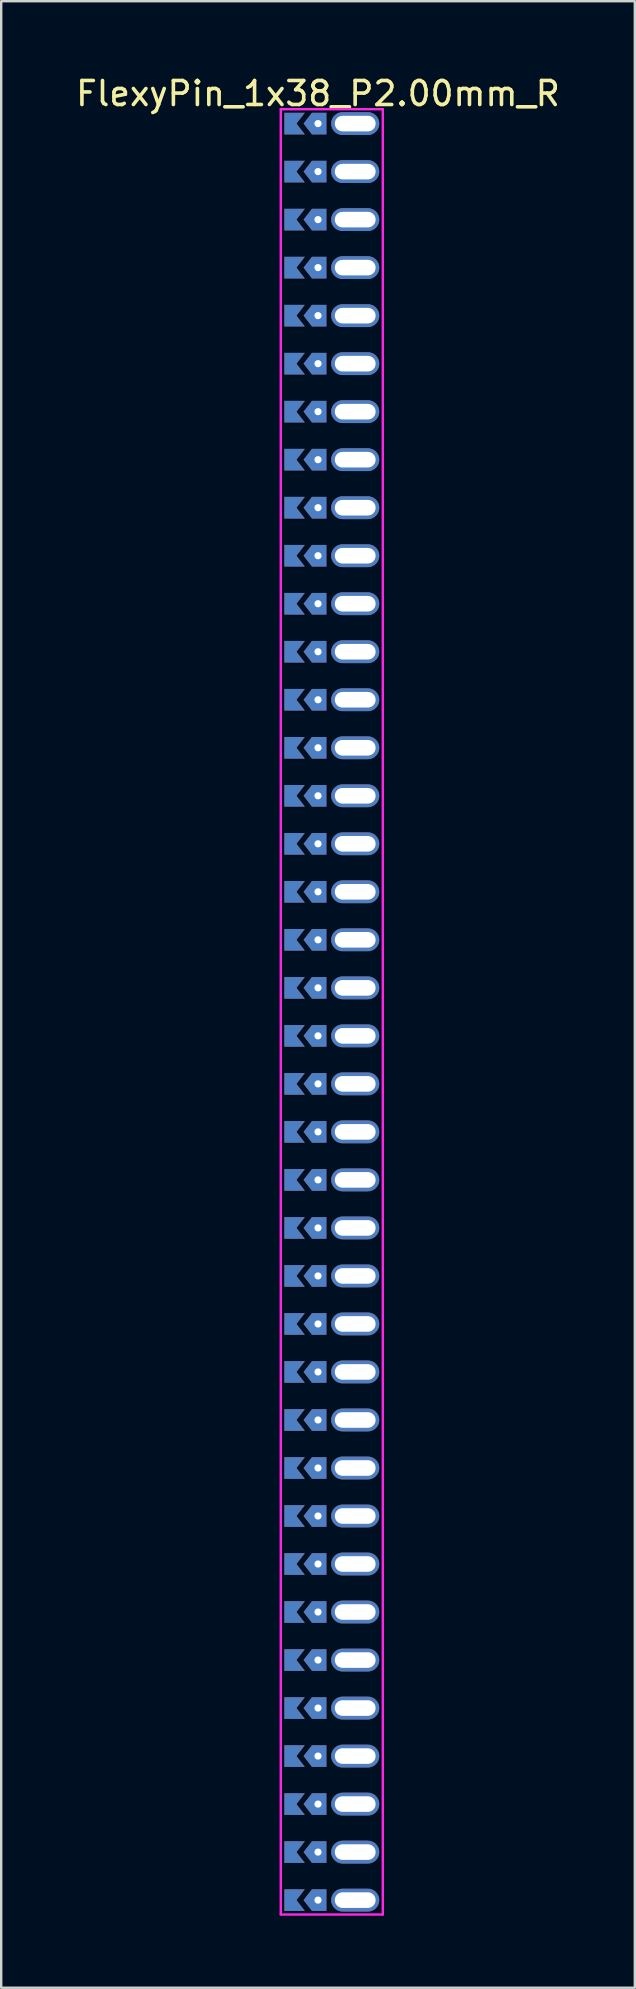
<source format=kicad_pcb>
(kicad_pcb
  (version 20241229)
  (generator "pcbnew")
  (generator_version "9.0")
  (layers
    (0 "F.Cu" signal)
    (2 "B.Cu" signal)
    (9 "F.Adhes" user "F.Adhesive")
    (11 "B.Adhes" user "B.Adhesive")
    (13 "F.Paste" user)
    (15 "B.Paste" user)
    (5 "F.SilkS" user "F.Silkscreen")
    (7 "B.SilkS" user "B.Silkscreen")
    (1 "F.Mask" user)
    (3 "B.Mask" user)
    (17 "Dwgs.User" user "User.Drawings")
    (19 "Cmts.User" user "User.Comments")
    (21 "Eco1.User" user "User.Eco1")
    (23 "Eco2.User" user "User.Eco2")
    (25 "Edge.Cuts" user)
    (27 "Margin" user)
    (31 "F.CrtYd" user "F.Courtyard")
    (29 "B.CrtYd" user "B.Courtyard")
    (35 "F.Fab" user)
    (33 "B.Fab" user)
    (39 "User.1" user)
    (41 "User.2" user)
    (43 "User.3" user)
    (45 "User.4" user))
  (footprint "FlexyPin_1x38_P2.00mm_R"
    (layer "F.Cu")
    (at 10.196 2.098)
    (property "Reference" "FlexyPin_1x38_P2.00mm_R" (at 0 -1.25 0) (layer "F.SilkS") (effects (font (size 1 1) (thickness 0.15))))
    (attr through_hole)
    (fp_line (start -1.55 -0.6) (end 2.7 -0.6) (stroke (width 0.1) (type solid)) (layer "F.CrtYd"))
    (fp_line (start -1.55 74.6) (end -1.55 -0.6) (stroke (width 0.1) (type solid)) (layer "F.CrtYd"))
    (fp_line (start 2.7 -0.6) (end 2.7 74.6) (stroke (width 0.1) (type solid)) (layer "F.CrtYd"))
    (fp_line (start 2.7 74.6) (end -1.55 74.6) (stroke (width 0.1) (type solid)) (layer "F.CrtYd"))
    (pad "" thru_hole custom (at 0 0) (size 0.3 0.3) (drill 0.6) (layers "*.Cu" "*.Mask") (options (anchor rect)) (primitives (gr_poly (pts (xy 0.35 0.45) (xy 0.35 -0.45) (xy -0.25 -0.45) (xy -0.6 0) (xy -0.25 0.45)) (width 0) (fill yes))))
    (pad "" thru_hole custom (at 0 2) (size 0.3 0.3) (drill 0.6) (layers "*.Cu" "*.Mask") (options (anchor rect)) (primitives (gr_poly (pts (xy 0.35 0.45) (xy 0.35 -0.45) (xy -0.25 -0.45) (xy -0.6 0) (xy -0.25 0.45)) (width 0) (fill yes))))
    (pad "" thru_hole custom (at 0 4) (size 0.3 0.3) (drill 0.6) (layers "*.Cu" "*.Mask") (options (anchor rect)) (primitives (gr_poly (pts (xy 0.35 0.45) (xy 0.35 -0.45) (xy -0.25 -0.45) (xy -0.6 0) (xy -0.25 0.45)) (width 0) (fill yes))))
    (pad "" thru_hole custom (at 0 6) (size 0.3 0.3) (drill 0.6) (layers "*.Cu" "*.Mask") (options (anchor rect)) (primitives (gr_poly (pts (xy 0.35 0.45) (xy 0.35 -0.45) (xy -0.25 -0.45) (xy -0.6 0) (xy -0.25 0.45)) (width 0) (fill yes))))
    (pad "" thru_hole custom (at 0 8) (size 0.3 0.3) (drill 0.6) (layers "*.Cu" "*.Mask") (options (anchor rect)) (primitives (gr_poly (pts (xy 0.35 0.45) (xy 0.35 -0.45) (xy -0.25 -0.45) (xy -0.6 0) (xy -0.25 0.45)) (width 0) (fill yes))))
    (pad "" thru_hole custom (at 0 10) (size 0.3 0.3) (drill 0.6) (layers "*.Cu" "*.Mask") (options (anchor rect)) (primitives (gr_poly (pts (xy 0.35 0.45) (xy 0.35 -0.45) (xy -0.25 -0.45) (xy -0.6 0) (xy -0.25 0.45)) (width 0) (fill yes))))
    (pad "" thru_hole custom (at 0 12) (size 0.3 0.3) (drill 0.6) (layers "*.Cu" "*.Mask") (options (anchor rect)) (primitives (gr_poly (pts (xy 0.35 0.45) (xy 0.35 -0.45) (xy -0.25 -0.45) (xy -0.6 0) (xy -0.25 0.45)) (width 0) (fill yes))))
    (pad "" thru_hole custom (at 0 14) (size 0.3 0.3) (drill 0.6) (layers "*.Cu" "*.Mask") (options (anchor rect)) (primitives (gr_poly (pts (xy 0.35 0.45) (xy 0.35 -0.45) (xy -0.25 -0.45) (xy -0.6 0) (xy -0.25 0.45)) (width 0) (fill yes))))
    (pad "" thru_hole custom (at 0 16) (size 0.3 0.3) (drill 0.6) (layers "*.Cu" "*.Mask") (options (anchor rect)) (primitives (gr_poly (pts (xy 0.35 0.45) (xy 0.35 -0.45) (xy -0.25 -0.45) (xy -0.6 0) (xy -0.25 0.45)) (width 0) (fill yes))))
    (pad "" thru_hole custom (at 0 18) (size 0.3 0.3) (drill 0.6) (layers "*.Cu" "*.Mask") (options (anchor rect)) (primitives (gr_poly (pts (xy 0.35 0.45) (xy 0.35 -0.45) (xy -0.25 -0.45) (xy -0.6 0) (xy -0.25 0.45)) (width 0) (fill yes))))
    (pad "" thru_hole custom (at 0 20) (size 0.3 0.3) (drill 0.6) (layers "*.Cu" "*.Mask") (options (anchor rect)) (primitives (gr_poly (pts (xy 0.35 0.45) (xy 0.35 -0.45) (xy -0.25 -0.45) (xy -0.6 0) (xy -0.25 0.45)) (width 0) (fill yes))))
    (pad "" thru_hole custom (at 0 22) (size 0.3 0.3) (drill 0.6) (layers "*.Cu" "*.Mask") (options (anchor rect)) (primitives (gr_poly (pts (xy 0.35 0.45) (xy 0.35 -0.45) (xy -0.25 -0.45) (xy -0.6 0) (xy -0.25 0.45)) (width 0) (fill yes))))
    (pad "" thru_hole custom (at 0 24) (size 0.3 0.3) (drill 0.6) (layers "*.Cu" "*.Mask") (options (anchor rect)) (primitives (gr_poly (pts (xy 0.35 0.45) (xy 0.35 -0.45) (xy -0.25 -0.45) (xy -0.6 0) (xy -0.25 0.45)) (width 0) (fill yes))))
    (pad "" thru_hole custom (at 0 26) (size 0.3 0.3) (drill 0.6) (layers "*.Cu" "*.Mask") (options (anchor rect)) (primitives (gr_poly (pts (xy 0.35 0.45) (xy 0.35 -0.45) (xy -0.25 -0.45) (xy -0.6 0) (xy -0.25 0.45)) (width 0) (fill yes))))
    (pad "" thru_hole custom (at 0 28) (size 0.3 0.3) (drill 0.6) (layers "*.Cu" "*.Mask") (options (anchor rect)) (primitives (gr_poly (pts (xy 0.35 0.45) (xy 0.35 -0.45) (xy -0.25 -0.45) (xy -0.6 0) (xy -0.25 0.45)) (width 0) (fill yes))))
    (pad "" thru_hole custom (at 0 30) (size 0.3 0.3) (drill 0.6) (layers "*.Cu" "*.Mask") (options (anchor rect)) (primitives (gr_poly (pts (xy 0.35 0.45) (xy 0.35 -0.45) (xy -0.25 -0.45) (xy -0.6 0) (xy -0.25 0.45)) (width 0) (fill yes))))
    (pad "" thru_hole custom (at 0 32) (size 0.3 0.3) (drill 0.6) (layers "*.Cu" "*.Mask") (options (anchor rect)) (primitives (gr_poly (pts (xy 0.35 0.45) (xy 0.35 -0.45) (xy -0.25 -0.45) (xy -0.6 0) (xy -0.25 0.45)) (width 0) (fill yes))))
    (pad "" thru_hole custom (at 0 34) (size 0.3 0.3) (drill 0.6) (layers "*.Cu" "*.Mask") (options (anchor rect)) (primitives (gr_poly (pts (xy 0.35 0.45) (xy 0.35 -0.45) (xy -0.25 -0.45) (xy -0.6 0) (xy -0.25 0.45)) (width 0) (fill yes))))
    (pad "" thru_hole custom (at 0 36) (size 0.3 0.3) (drill 0.6) (layers "*.Cu" "*.Mask") (options (anchor rect)) (primitives (gr_poly (pts (xy 0.35 0.45) (xy 0.35 -0.45) (xy -0.25 -0.45) (xy -0.6 0) (xy -0.25 0.45)) (width 0) (fill yes))))
    (pad "" thru_hole custom (at 0 38) (size 0.3 0.3) (drill 0.6) (layers "*.Cu" "*.Mask") (options (anchor rect)) (primitives (gr_poly (pts (xy 0.35 0.45) (xy 0.35 -0.45) (xy -0.25 -0.45) (xy -0.6 0) (xy -0.25 0.45)) (width 0) (fill yes))))
    (pad "" thru_hole custom (at 0 40) (size 0.3 0.3) (drill 0.6) (layers "*.Cu" "*.Mask") (options (anchor rect)) (primitives (gr_poly (pts (xy 0.35 0.45) (xy 0.35 -0.45) (xy -0.25 -0.45) (xy -0.6 0) (xy -0.25 0.45)) (width 0) (fill yes))))
    (pad "" thru_hole custom (at 0 42) (size 0.3 0.3) (drill 0.6) (layers "*.Cu" "*.Mask") (options (anchor rect)) (primitives (gr_poly (pts (xy 0.35 0.45) (xy 0.35 -0.45) (xy -0.25 -0.45) (xy -0.6 0) (xy -0.25 0.45)) (width 0) (fill yes))))
    (pad "" thru_hole custom (at 0 44) (size 0.3 0.3) (drill 0.6) (layers "*.Cu" "*.Mask") (options (anchor rect)) (primitives (gr_poly (pts (xy 0.35 0.45) (xy 0.35 -0.45) (xy -0.25 -0.45) (xy -0.6 0) (xy -0.25 0.45)) (width 0) (fill yes))))
    (pad "" thru_hole custom (at 0 46) (size 0.3 0.3) (drill 0.6) (layers "*.Cu" "*.Mask") (options (anchor rect)) (primitives (gr_poly (pts (xy 0.35 0.45) (xy 0.35 -0.45) (xy -0.25 -0.45) (xy -0.6 0) (xy -0.25 0.45)) (width 0) (fill yes))))
    (pad "" thru_hole custom (at 0 48) (size 0.3 0.3) (drill 0.6) (layers "*.Cu" "*.Mask") (options (anchor rect)) (primitives (gr_poly (pts (xy 0.35 0.45) (xy 0.35 -0.45) (xy -0.25 -0.45) (xy -0.6 0) (xy -0.25 0.45)) (width 0) (fill yes))))
    (pad "" thru_hole custom (at 0 50) (size 0.3 0.3) (drill 0.6) (layers "*.Cu" "*.Mask") (options (anchor rect)) (primitives (gr_poly (pts (xy 0.35 0.45) (xy 0.35 -0.45) (xy -0.25 -0.45) (xy -0.6 0) (xy -0.25 0.45)) (width 0) (fill yes))))
    (pad "" thru_hole custom (at 0 52) (size 0.3 0.3) (drill 0.6) (layers "*.Cu" "*.Mask") (options (anchor rect)) (primitives (gr_poly (pts (xy 0.35 0.45) (xy 0.35 -0.45) (xy -0.25 -0.45) (xy -0.6 0) (xy -0.25 0.45)) (width 0) (fill yes))))
    (pad "" thru_hole custom (at 0 54) (size 0.3 0.3) (drill 0.6) (layers "*.Cu" "*.Mask") (options (anchor rect)) (primitives (gr_poly (pts (xy 0.35 0.45) (xy 0.35 -0.45) (xy -0.25 -0.45) (xy -0.6 0) (xy -0.25 0.45)) (width 0) (fill yes))))
    (pad "" thru_hole custom (at 0 56) (size 0.3 0.3) (drill 0.6) (layers "*.Cu" "*.Mask") (options (anchor rect)) (primitives (gr_poly (pts (xy 0.35 0.45) (xy 0.35 -0.45) (xy -0.25 -0.45) (xy -0.6 0) (xy -0.25 0.45)) (width 0) (fill yes))))
    (pad "" thru_hole custom (at 0 58) (size 0.3 0.3) (drill 0.6) (layers "*.Cu" "*.Mask") (options (anchor rect)) (primitives (gr_poly (pts (xy 0.35 0.45) (xy 0.35 -0.45) (xy -0.25 -0.45) (xy -0.6 0) (xy -0.25 0.45)) (width 0) (fill yes))))
    (pad "" thru_hole custom (at 0 60) (size 0.3 0.3) (drill 0.6) (layers "*.Cu" "*.Mask") (options (anchor rect)) (primitives (gr_poly (pts (xy 0.35 0.45) (xy 0.35 -0.45) (xy -0.25 -0.45) (xy -0.6 0) (xy -0.25 0.45)) (width 0) (fill yes))))
    (pad "" thru_hole custom (at 0 62) (size 0.3 0.3) (drill 0.6) (layers "*.Cu" "*.Mask") (options (anchor rect)) (primitives (gr_poly (pts (xy 0.35 0.45) (xy 0.35 -0.45) (xy -0.25 -0.45) (xy -0.6 0) (xy -0.25 0.45)) (width 0) (fill yes))))
    (pad "" thru_hole custom (at 0 64) (size 0.3 0.3) (drill 0.6) (layers "*.Cu" "*.Mask") (options (anchor rect)) (primitives (gr_poly (pts (xy 0.35 0.45) (xy 0.35 -0.45) (xy -0.25 -0.45) (xy -0.6 0) (xy -0.25 0.45)) (width 0) (fill yes))))
    (pad "" thru_hole custom (at 0 66) (size 0.3 0.3) (drill 0.6) (layers "*.Cu" "*.Mask") (options (anchor rect)) (primitives (gr_poly (pts (xy 0.35 0.45) (xy 0.35 -0.45) (xy -0.25 -0.45) (xy -0.6 0) (xy -0.25 0.45)) (width 0) (fill yes))))
    (pad "" thru_hole custom (at 0 68) (size 0.3 0.3) (drill 0.6) (layers "*.Cu" "*.Mask") (options (anchor rect)) (primitives (gr_poly (pts (xy 0.35 0.45) (xy 0.35 -0.45) (xy -0.25 -0.45) (xy -0.6 0) (xy -0.25 0.45)) (width 0) (fill yes))))
    (pad "" thru_hole custom (at 0 70) (size 0.3 0.3) (drill 0.6) (layers "*.Cu" "*.Mask") (options (anchor rect)) (primitives (gr_poly (pts (xy 0.35 0.45) (xy 0.35 -0.45) (xy -0.25 -0.45) (xy -0.6 0) (xy -0.25 0.45)) (width 0) (fill yes))))
    (pad "" thru_hole custom (at 0 72) (size 0.3 0.3) (drill 0.6) (layers "*.Cu" "*.Mask") (options (anchor rect)) (primitives (gr_poly (pts (xy 0.35 0.45) (xy 0.35 -0.45) (xy -0.25 -0.45) (xy -0.6 0) (xy -0.25 0.45)) (width 0) (fill yes))))
    (pad "" thru_hole custom (at 0 74) (size 0.3 0.3) (drill 0.6) (layers "*.Cu" "*.Mask") (options (anchor rect)) (primitives (gr_poly (pts (xy 0.35 0.45) (xy 0.35 -0.45) (xy -0.25 -0.45) (xy -0.6 0) (xy -0.25 0.45)) (width 0) (fill yes))))
    (pad "" thru_hole oval (at 1.55 0) (size 2 0.95) (drill oval 1.7 0.65) (layers "*.Cu" "*.Mask"))
    (pad "" thru_hole oval (at 1.55 2) (size 2 0.95) (drill oval 1.7 0.65) (layers "*.Cu" "*.Mask"))
    (pad "" thru_hole oval (at 1.55 4) (size 2 0.95) (drill oval 1.7 0.65) (layers "*.Cu" "*.Mask"))
    (pad "" thru_hole oval (at 1.55 6) (size 2 0.95) (drill oval 1.7 0.65) (layers "*.Cu" "*.Mask"))
    (pad "" thru_hole oval (at 1.55 8) (size 2 0.95) (drill oval 1.7 0.65) (layers "*.Cu" "*.Mask"))
    (pad "" thru_hole oval (at 1.55 10) (size 2 0.95) (drill oval 1.7 0.65) (layers "*.Cu" "*.Mask"))
    (pad "" thru_hole oval (at 1.55 12) (size 2 0.95) (drill oval 1.7 0.65) (layers "*.Cu" "*.Mask"))
    (pad "" thru_hole oval (at 1.55 14) (size 2 0.95) (drill oval 1.7 0.65) (layers "*.Cu" "*.Mask"))
    (pad "" thru_hole oval (at 1.55 16) (size 2 0.95) (drill oval 1.7 0.65) (layers "*.Cu" "*.Mask"))
    (pad "" thru_hole oval (at 1.55 18) (size 2 0.95) (drill oval 1.7 0.65) (layers "*.Cu" "*.Mask"))
    (pad "" thru_hole oval (at 1.55 20) (size 2 0.95) (drill oval 1.7 0.65) (layers "*.Cu" "*.Mask"))
    (pad "" thru_hole oval (at 1.55 22) (size 2 0.95) (drill oval 1.7 0.65) (layers "*.Cu" "*.Mask"))
    (pad "" thru_hole oval (at 1.55 24) (size 2 0.95) (drill oval 1.7 0.65) (layers "*.Cu" "*.Mask"))
    (pad "" thru_hole oval (at 1.55 26) (size 2 0.95) (drill oval 1.7 0.65) (layers "*.Cu" "*.Mask"))
    (pad "" thru_hole oval (at 1.55 28) (size 2 0.95) (drill oval 1.7 0.65) (layers "*.Cu" "*.Mask"))
    (pad "" thru_hole oval (at 1.55 30) (size 2 0.95) (drill oval 1.7 0.65) (layers "*.Cu" "*.Mask"))
    (pad "" thru_hole oval (at 1.55 32) (size 2 0.95) (drill oval 1.7 0.65) (layers "*.Cu" "*.Mask"))
    (pad "" thru_hole oval (at 1.55 34) (size 2 0.95) (drill oval 1.7 0.65) (layers "*.Cu" "*.Mask"))
    (pad "" thru_hole oval (at 1.55 36) (size 2 0.95) (drill oval 1.7 0.65) (layers "*.Cu" "*.Mask"))
    (pad "" thru_hole oval (at 1.55 38) (size 2 0.95) (drill oval 1.7 0.65) (layers "*.Cu" "*.Mask"))
    (pad "" thru_hole oval (at 1.55 40) (size 2 0.95) (drill oval 1.7 0.65) (layers "*.Cu" "*.Mask"))
    (pad "" thru_hole oval (at 1.55 42) (size 2 0.95) (drill oval 1.7 0.65) (layers "*.Cu" "*.Mask"))
    (pad "" thru_hole oval (at 1.55 44) (size 2 0.95) (drill oval 1.7 0.65) (layers "*.Cu" "*.Mask"))
    (pad "" thru_hole oval (at 1.55 46) (size 2 0.95) (drill oval 1.7 0.65) (layers "*.Cu" "*.Mask"))
    (pad "" thru_hole oval (at 1.55 48) (size 2 0.95) (drill oval 1.7 0.65) (layers "*.Cu" "*.Mask"))
    (pad "" thru_hole oval (at 1.55 50) (size 2 0.95) (drill oval 1.7 0.65) (layers "*.Cu" "*.Mask"))
    (pad "" thru_hole oval (at 1.55 52) (size 2 0.95) (drill oval 1.7 0.65) (layers "*.Cu" "*.Mask"))
    (pad "" thru_hole oval (at 1.55 54) (size 2 0.95) (drill oval 1.7 0.65) (layers "*.Cu" "*.Mask"))
    (pad "" thru_hole oval (at 1.55 56) (size 2 0.95) (drill oval 1.7 0.65) (layers "*.Cu" "*.Mask"))
    (pad "" thru_hole oval (at 1.55 58) (size 2 0.95) (drill oval 1.7 0.65) (layers "*.Cu" "*.Mask"))
    (pad "" thru_hole oval (at 1.55 60) (size 2 0.95) (drill oval 1.7 0.65) (layers "*.Cu" "*.Mask"))
    (pad "" thru_hole oval (at 1.55 62) (size 2 0.95) (drill oval 1.7 0.65) (layers "*.Cu" "*.Mask"))
    (pad "" thru_hole oval (at 1.55 64) (size 2 0.95) (drill oval 1.7 0.65) (layers "*.Cu" "*.Mask"))
    (pad "" thru_hole oval (at 1.55 66) (size 2 0.95) (drill oval 1.7 0.65) (layers "*.Cu" "*.Mask"))
    (pad "" thru_hole oval (at 1.55 68) (size 2 0.95) (drill oval 1.7 0.65) (layers "*.Cu" "*.Mask"))
    (pad "" thru_hole oval (at 1.55 70) (size 2 0.95) (drill oval 1.7 0.65) (layers "*.Cu" "*.Mask"))
    (pad "" thru_hole oval (at 1.55 72) (size 2 0.95) (drill oval 1.7 0.65) (layers "*.Cu" "*.Mask"))
    (pad "" thru_hole oval (at 1.55 74) (size 2 0.95) (drill oval 1.7 0.65) (layers "*.Cu" "*.Mask"))
    (pad "1" smd custom (at -0.9 0) (size 0.01 0.01) (layers "F.Cu" "F.Mask") (options (anchor rect)) (primitives (gr_poly (pts (xy 0 0) (xy 0.35 0.45) (xy -0.5 0.45) (xy -0.5 -0.45) (xy 0.35 -0.45)) (width 0) (fill yes))))
    (pad "2" smd custom (at -0.9 2) (size 0.01 0.01) (layers "F.Cu" "F.Mask") (options (anchor rect)) (primitives (gr_poly (pts (xy 0 0) (xy 0.35 0.45) (xy -0.5 0.45) (xy -0.5 -0.45) (xy 0.35 -0.45)) (width 0) (fill yes))))
    (pad "3" smd custom (at -0.9 4) (size 0.01 0.01) (layers "F.Cu" "F.Mask") (options (anchor rect)) (primitives (gr_poly (pts (xy 0 0) (xy 0.35 0.45) (xy -0.5 0.45) (xy -0.5 -0.45) (xy 0.35 -0.45)) (width 0) (fill yes))))
    (pad "4" smd custom (at -0.9 6) (size 0.01 0.01) (layers "F.Cu" "F.Mask") (options (anchor rect)) (primitives (gr_poly (pts (xy 0 0) (xy 0.35 0.45) (xy -0.5 0.45) (xy -0.5 -0.45) (xy 0.35 -0.45)) (width 0) (fill yes))))
    (pad "5" smd custom (at -0.9 8) (size 0.01 0.01) (layers "F.Cu" "F.Mask") (options (anchor rect)) (primitives (gr_poly (pts (xy 0 0) (xy 0.35 0.45) (xy -0.5 0.45) (xy -0.5 -0.45) (xy 0.35 -0.45)) (width 0) (fill yes))))
    (pad "6" smd custom (at -0.9 10) (size 0.01 0.01) (layers "F.Cu" "F.Mask") (options (anchor rect)) (primitives (gr_poly (pts (xy 0 0) (xy 0.35 0.45) (xy -0.5 0.45) (xy -0.5 -0.45) (xy 0.35 -0.45)) (width 0) (fill yes))))
    (pad "7" smd custom (at -0.9 12) (size 0.01 0.01) (layers "F.Cu" "F.Mask") (options (anchor rect)) (primitives (gr_poly (pts (xy 0 0) (xy 0.35 0.45) (xy -0.5 0.45) (xy -0.5 -0.45) (xy 0.35 -0.45)) (width 0) (fill yes))))
    (pad "8" smd custom (at -0.9 14) (size 0.01 0.01) (layers "F.Cu" "F.Mask") (options (anchor rect)) (primitives (gr_poly (pts (xy 0 0) (xy 0.35 0.45) (xy -0.5 0.45) (xy -0.5 -0.45) (xy 0.35 -0.45)) (width 0) (fill yes))))
    (pad "9" smd custom (at -0.9 16) (size 0.01 0.01) (layers "F.Cu" "F.Mask") (options (anchor rect)) (primitives (gr_poly (pts (xy 0 0) (xy 0.35 0.45) (xy -0.5 0.45) (xy -0.5 -0.45) (xy 0.35 -0.45)) (width 0) (fill yes))))
    (pad "10" smd custom (at -0.9 18) (size 0.01 0.01) (layers "F.Cu" "F.Mask") (options (anchor rect)) (primitives (gr_poly (pts (xy 0 0) (xy 0.35 0.45) (xy -0.5 0.45) (xy -0.5 -0.45) (xy 0.35 -0.45)) (width 0) (fill yes))))
    (pad "11" smd custom (at -0.9 20) (size 0.01 0.01) (layers "F.Cu" "F.Mask") (options (anchor rect)) (primitives (gr_poly (pts (xy 0 0) (xy 0.35 0.45) (xy -0.5 0.45) (xy -0.5 -0.45) (xy 0.35 -0.45)) (width 0) (fill yes))))
    (pad "12" smd custom (at -0.9 22) (size 0.01 0.01) (layers "F.Cu" "F.Mask") (options (anchor rect)) (primitives (gr_poly (pts (xy 0 0) (xy 0.35 0.45) (xy -0.5 0.45) (xy -0.5 -0.45) (xy 0.35 -0.45)) (width 0) (fill yes))))
    (pad "13" smd custom (at -0.9 24) (size 0.01 0.01) (layers "F.Cu" "F.Mask") (options (anchor rect)) (primitives (gr_poly (pts (xy 0 0) (xy 0.35 0.45) (xy -0.5 0.45) (xy -0.5 -0.45) (xy 0.35 -0.45)) (width 0) (fill yes))))
    (pad "14" smd custom (at -0.9 26) (size 0.01 0.01) (layers "F.Cu" "F.Mask") (options (anchor rect)) (primitives (gr_poly (pts (xy 0 0) (xy 0.35 0.45) (xy -0.5 0.45) (xy -0.5 -0.45) (xy 0.35 -0.45)) (width 0) (fill yes))))
    (pad "15" smd custom (at -0.9 28) (size 0.01 0.01) (layers "F.Cu" "F.Mask") (options (anchor rect)) (primitives (gr_poly (pts (xy 0 0) (xy 0.35 0.45) (xy -0.5 0.45) (xy -0.5 -0.45) (xy 0.35 -0.45)) (width 0) (fill yes))))
    (pad "16" smd custom (at -0.9 30) (size 0.01 0.01) (layers "F.Cu" "F.Mask") (options (anchor rect)) (primitives (gr_poly (pts (xy 0 0) (xy 0.35 0.45) (xy -0.5 0.45) (xy -0.5 -0.45) (xy 0.35 -0.45)) (width 0) (fill yes))))
    (pad "17" smd custom (at -0.9 32) (size 0.01 0.01) (layers "F.Cu" "F.Mask") (options (anchor rect)) (primitives (gr_poly (pts (xy 0 0) (xy 0.35 0.45) (xy -0.5 0.45) (xy -0.5 -0.45) (xy 0.35 -0.45)) (width 0) (fill yes))))
    (pad "18" smd custom (at -0.9 34) (size 0.01 0.01) (layers "F.Cu" "F.Mask") (options (anchor rect)) (primitives (gr_poly (pts (xy 0 0) (xy 0.35 0.45) (xy -0.5 0.45) (xy -0.5 -0.45) (xy 0.35 -0.45)) (width 0) (fill yes))))
    (pad "19" smd custom (at -0.9 36) (size 0.01 0.01) (layers "F.Cu" "F.Mask") (options (anchor rect)) (primitives (gr_poly (pts (xy 0 0) (xy 0.35 0.45) (xy -0.5 0.45) (xy -0.5 -0.45) (xy 0.35 -0.45)) (width 0) (fill yes))))
    (pad "20" smd custom (at -0.9 38) (size 0.01 0.01) (layers "F.Cu" "F.Mask") (options (anchor rect)) (primitives (gr_poly (pts (xy 0 0) (xy 0.35 0.45) (xy -0.5 0.45) (xy -0.5 -0.45) (xy 0.35 -0.45)) (width 0) (fill yes))))
    (pad "21" smd custom (at -0.9 40) (size 0.01 0.01) (layers "F.Cu" "F.Mask") (options (anchor rect)) (primitives (gr_poly (pts (xy 0 0) (xy 0.35 0.45) (xy -0.5 0.45) (xy -0.5 -0.45) (xy 0.35 -0.45)) (width 0) (fill yes))))
    (pad "22" smd custom (at -0.9 42) (size 0.01 0.01) (layers "F.Cu" "F.Mask") (options (anchor rect)) (primitives (gr_poly (pts (xy 0 0) (xy 0.35 0.45) (xy -0.5 0.45) (xy -0.5 -0.45) (xy 0.35 -0.45)) (width 0) (fill yes))))
    (pad "23" smd custom (at -0.9 44) (size 0.01 0.01) (layers "F.Cu" "F.Mask") (options (anchor rect)) (primitives (gr_poly (pts (xy 0 0) (xy 0.35 0.45) (xy -0.5 0.45) (xy -0.5 -0.45) (xy 0.35 -0.45)) (width 0) (fill yes))))
    (pad "24" smd custom (at -0.9 46) (size 0.01 0.01) (layers "F.Cu" "F.Mask") (options (anchor rect)) (primitives (gr_poly (pts (xy 0 0) (xy 0.35 0.45) (xy -0.5 0.45) (xy -0.5 -0.45) (xy 0.35 -0.45)) (width 0) (fill yes))))
    (pad "25" smd custom (at -0.9 48) (size 0.01 0.01) (layers "F.Cu" "F.Mask") (options (anchor rect)) (primitives (gr_poly (pts (xy 0 0) (xy 0.35 0.45) (xy -0.5 0.45) (xy -0.5 -0.45) (xy 0.35 -0.45)) (width 0) (fill yes))))
    (pad "26" smd custom (at -0.9 50) (size 0.01 0.01) (layers "F.Cu" "F.Mask") (options (anchor rect)) (primitives (gr_poly (pts (xy 0 0) (xy 0.35 0.45) (xy -0.5 0.45) (xy -0.5 -0.45) (xy 0.35 -0.45)) (width 0) (fill yes))))
    (pad "27" smd custom (at -0.9 52) (size 0.01 0.01) (layers "F.Cu" "F.Mask") (options (anchor rect)) (primitives (gr_poly (pts (xy 0 0) (xy 0.35 0.45) (xy -0.5 0.45) (xy -0.5 -0.45) (xy 0.35 -0.45)) (width 0) (fill yes))))
    (pad "28" smd custom (at -0.9 54) (size 0.01 0.01) (layers "F.Cu" "F.Mask") (options (anchor rect)) (primitives (gr_poly (pts (xy 0 0) (xy 0.35 0.45) (xy -0.5 0.45) (xy -0.5 -0.45) (xy 0.35 -0.45)) (width 0) (fill yes))))
    (pad "29" smd custom (at -0.9 56) (size 0.01 0.01) (layers "F.Cu" "F.Mask") (options (anchor rect)) (primitives (gr_poly (pts (xy 0 0) (xy 0.35 0.45) (xy -0.5 0.45) (xy -0.5 -0.45) (xy 0.35 -0.45)) (width 0) (fill yes))))
    (pad "30" smd custom (at -0.9 58) (size 0.01 0.01) (layers "F.Cu" "F.Mask") (options (anchor rect)) (primitives (gr_poly (pts (xy 0 0) (xy 0.35 0.45) (xy -0.5 0.45) (xy -0.5 -0.45) (xy 0.35 -0.45)) (width 0) (fill yes))))
    (pad "31" smd custom (at -0.9 60) (size 0.01 0.01) (layers "F.Cu" "F.Mask") (options (anchor rect)) (primitives (gr_poly (pts (xy 0 0) (xy 0.35 0.45) (xy -0.5 0.45) (xy -0.5 -0.45) (xy 0.35 -0.45)) (width 0) (fill yes))))
    (pad "32" smd custom (at -0.9 62) (size 0.01 0.01) (layers "F.Cu" "F.Mask") (options (anchor rect)) (primitives (gr_poly (pts (xy 0 0) (xy 0.35 0.45) (xy -0.5 0.45) (xy -0.5 -0.45) (xy 0.35 -0.45)) (width 0) (fill yes))))
    (pad "33" smd custom (at -0.9 64) (size 0.01 0.01) (layers "F.Cu" "F.Mask") (options (anchor rect)) (primitives (gr_poly (pts (xy 0 0) (xy 0.35 0.45) (xy -0.5 0.45) (xy -0.5 -0.45) (xy 0.35 -0.45)) (width 0) (fill yes))))
    (pad "34" smd custom (at -0.9 66) (size 0.01 0.01) (layers "F.Cu" "F.Mask") (options (anchor rect)) (primitives (gr_poly (pts (xy 0 0) (xy 0.35 0.45) (xy -0.5 0.45) (xy -0.5 -0.45) (xy 0.35 -0.45)) (width 0) (fill yes))))
    (pad "35" smd custom (at -0.9 68) (size 0.01 0.01) (layers "F.Cu" "F.Mask") (options (anchor rect)) (primitives (gr_poly (pts (xy 0 0) (xy 0.35 0.45) (xy -0.5 0.45) (xy -0.5 -0.45) (xy 0.35 -0.45)) (width 0) (fill yes))))
    (pad "36" smd custom (at -0.9 70) (size 0.01 0.01) (layers "F.Cu" "F.Mask") (options (anchor rect)) (primitives (gr_poly (pts (xy 0 0) (xy 0.35 0.45) (xy -0.5 0.45) (xy -0.5 -0.45) (xy 0.35 -0.45)) (width 0) (fill yes))))
    (pad "37" smd custom (at -0.9 72) (size 0.01 0.01) (layers "F.Cu" "F.Mask") (options (anchor rect)) (primitives (gr_poly (pts (xy 0 0) (xy 0.35 0.45) (xy -0.5 0.45) (xy -0.5 -0.45) (xy 0.35 -0.45)) (width 0) (fill yes))))
    (pad "38" smd custom (at -0.9 74) (size 0.01 0.01) (layers "F.Cu" "F.Mask") (options (anchor rect)) (primitives (gr_poly (pts (xy 0 0) (xy 0.35 0.45) (xy -0.5 0.45) (xy -0.5 -0.45) (xy 0.35 -0.45)) (width 0) (fill yes))))
    (pad "39" smd custom (at -0.9 0) (size 0.01 0.01) (layers "B.Cu" "B.Mask") (options (anchor rect)) (primitives (gr_poly (pts (xy 0 0) (xy 0.35 0.45) (xy -0.5 0.45) (xy -0.5 -0.45) (xy 0.35 -0.45)) (width 0) (fill yes))))
    (pad "40" smd custom (at -0.9 2) (size 0.01 0.01) (layers "B.Cu" "B.Mask") (options (anchor rect)) (primitives (gr_poly (pts (xy 0 0) (xy 0.35 0.45) (xy -0.5 0.45) (xy -0.5 -0.45) (xy 0.35 -0.45)) (width 0) (fill yes))))
    (pad "41" smd custom (at -0.9 4) (size 0.01 0.01) (layers "B.Cu" "B.Mask") (options (anchor rect)) (primitives (gr_poly (pts (xy 0 0) (xy 0.35 0.45) (xy -0.5 0.45) (xy -0.5 -0.45) (xy 0.35 -0.45)) (width 0) (fill yes))))
    (pad "42" smd custom (at -0.9 6) (size 0.01 0.01) (layers "B.Cu" "B.Mask") (options (anchor rect)) (primitives (gr_poly (pts (xy 0 0) (xy 0.35 0.45) (xy -0.5 0.45) (xy -0.5 -0.45) (xy 0.35 -0.45)) (width 0) (fill yes))))
    (pad "43" smd custom (at -0.9 8) (size 0.01 0.01) (layers "B.Cu" "B.Mask") (options (anchor rect)) (primitives (gr_poly (pts (xy 0 0) (xy 0.35 0.45) (xy -0.5 0.45) (xy -0.5 -0.45) (xy 0.35 -0.45)) (width 0) (fill yes))))
    (pad "44" smd custom (at -0.9 10) (size 0.01 0.01) (layers "B.Cu" "B.Mask") (options (anchor rect)) (primitives (gr_poly (pts (xy 0 0) (xy 0.35 0.45) (xy -0.5 0.45) (xy -0.5 -0.45) (xy 0.35 -0.45)) (width 0) (fill yes))))
    (pad "45" smd custom (at -0.9 12) (size 0.01 0.01) (layers "B.Cu" "B.Mask") (options (anchor rect)) (primitives (gr_poly (pts (xy 0 0) (xy 0.35 0.45) (xy -0.5 0.45) (xy -0.5 -0.45) (xy 0.35 -0.45)) (width 0) (fill yes))))
    (pad "46" smd custom (at -0.9 14) (size 0.01 0.01) (layers "B.Cu" "B.Mask") (options (anchor rect)) (primitives (gr_poly (pts (xy 0 0) (xy 0.35 0.45) (xy -0.5 0.45) (xy -0.5 -0.45) (xy 0.35 -0.45)) (width 0) (fill yes))))
    (pad "47" smd custom (at -0.9 16) (size 0.01 0.01) (layers "B.Cu" "B.Mask") (options (anchor rect)) (primitives (gr_poly (pts (xy 0 0) (xy 0.35 0.45) (xy -0.5 0.45) (xy -0.5 -0.45) (xy 0.35 -0.45)) (width 0) (fill yes))))
    (pad "48" smd custom (at -0.9 18) (size 0.01 0.01) (layers "B.Cu" "B.Mask") (options (anchor rect)) (primitives (gr_poly (pts (xy 0 0) (xy 0.35 0.45) (xy -0.5 0.45) (xy -0.5 -0.45) (xy 0.35 -0.45)) (width 0) (fill yes))))
    (pad "49" smd custom (at -0.9 20) (size 0.01 0.01) (layers "B.Cu" "B.Mask") (options (anchor rect)) (primitives (gr_poly (pts (xy 0 0) (xy 0.35 0.45) (xy -0.5 0.45) (xy -0.5 -0.45) (xy 0.35 -0.45)) (width 0) (fill yes))))
    (pad "50" smd custom (at -0.9 22) (size 0.01 0.01) (layers "B.Cu" "B.Mask") (options (anchor rect)) (primitives (gr_poly (pts (xy 0 0) (xy 0.35 0.45) (xy -0.5 0.45) (xy -0.5 -0.45) (xy 0.35 -0.45)) (width 0) (fill yes))))
    (pad "51" smd custom (at -0.9 24) (size 0.01 0.01) (layers "B.Cu" "B.Mask") (options (anchor rect)) (primitives (gr_poly (pts (xy 0 0) (xy 0.35 0.45) (xy -0.5 0.45) (xy -0.5 -0.45) (xy 0.35 -0.45)) (width 0) (fill yes))))
    (pad "52" smd custom (at -0.9 26) (size 0.01 0.01) (layers "B.Cu" "B.Mask") (options (anchor rect)) (primitives (gr_poly (pts (xy 0 0) (xy 0.35 0.45) (xy -0.5 0.45) (xy -0.5 -0.45) (xy 0.35 -0.45)) (width 0) (fill yes))))
    (pad "53" smd custom (at -0.9 28) (size 0.01 0.01) (layers "B.Cu" "B.Mask") (options (anchor rect)) (primitives (gr_poly (pts (xy 0 0) (xy 0.35 0.45) (xy -0.5 0.45) (xy -0.5 -0.45) (xy 0.35 -0.45)) (width 0) (fill yes))))
    (pad "54" smd custom (at -0.9 30) (size 0.01 0.01) (layers "B.Cu" "B.Mask") (options (anchor rect)) (primitives (gr_poly (pts (xy 0 0) (xy 0.35 0.45) (xy -0.5 0.45) (xy -0.5 -0.45) (xy 0.35 -0.45)) (width 0) (fill yes))))
    (pad "55" smd custom (at -0.9 32) (size 0.01 0.01) (layers "B.Cu" "B.Mask") (options (anchor rect)) (primitives (gr_poly (pts (xy 0 0) (xy 0.35 0.45) (xy -0.5 0.45) (xy -0.5 -0.45) (xy 0.35 -0.45)) (width 0) (fill yes))))
    (pad "56" smd custom (at -0.9 34) (size 0.01 0.01) (layers "B.Cu" "B.Mask") (options (anchor rect)) (primitives (gr_poly (pts (xy 0 0) (xy 0.35 0.45) (xy -0.5 0.45) (xy -0.5 -0.45) (xy 0.35 -0.45)) (width 0) (fill yes))))
    (pad "57" smd custom (at -0.9 36) (size 0.01 0.01) (layers "B.Cu" "B.Mask") (options (anchor rect)) (primitives (gr_poly (pts (xy 0 0) (xy 0.35 0.45) (xy -0.5 0.45) (xy -0.5 -0.45) (xy 0.35 -0.45)) (width 0) (fill yes))))
    (pad "58" smd custom (at -0.9 38) (size 0.01 0.01) (layers "B.Cu" "B.Mask") (options (anchor rect)) (primitives (gr_poly (pts (xy 0 0) (xy 0.35 0.45) (xy -0.5 0.45) (xy -0.5 -0.45) (xy 0.35 -0.45)) (width 0) (fill yes))))
    (pad "59" smd custom (at -0.9 40) (size 0.01 0.01) (layers "B.Cu" "B.Mask") (options (anchor rect)) (primitives (gr_poly (pts (xy 0 0) (xy 0.35 0.45) (xy -0.5 0.45) (xy -0.5 -0.45) (xy 0.35 -0.45)) (width 0) (fill yes))))
    (pad "60" smd custom (at -0.9 42) (size 0.01 0.01) (layers "B.Cu" "B.Mask") (options (anchor rect)) (primitives (gr_poly (pts (xy 0 0) (xy 0.35 0.45) (xy -0.5 0.45) (xy -0.5 -0.45) (xy 0.35 -0.45)) (width 0) (fill yes))))
    (pad "61" smd custom (at -0.9 44) (size 0.01 0.01) (layers "B.Cu" "B.Mask") (options (anchor rect)) (primitives (gr_poly (pts (xy 0 0) (xy 0.35 0.45) (xy -0.5 0.45) (xy -0.5 -0.45) (xy 0.35 -0.45)) (width 0) (fill yes))))
    (pad "62" smd custom (at -0.9 46) (size 0.01 0.01) (layers "B.Cu" "B.Mask") (options (anchor rect)) (primitives (gr_poly (pts (xy 0 0) (xy 0.35 0.45) (xy -0.5 0.45) (xy -0.5 -0.45) (xy 0.35 -0.45)) (width 0) (fill yes))))
    (pad "63" smd custom (at -0.9 48) (size 0.01 0.01) (layers "B.Cu" "B.Mask") (options (anchor rect)) (primitives (gr_poly (pts (xy 0 0) (xy 0.35 0.45) (xy -0.5 0.45) (xy -0.5 -0.45) (xy 0.35 -0.45)) (width 0) (fill yes))))
    (pad "64" smd custom (at -0.9 50) (size 0.01 0.01) (layers "B.Cu" "B.Mask") (options (anchor rect)) (primitives (gr_poly (pts (xy 0 0) (xy 0.35 0.45) (xy -0.5 0.45) (xy -0.5 -0.45) (xy 0.35 -0.45)) (width 0) (fill yes))))
    (pad "65" smd custom (at -0.9 52) (size 0.01 0.01) (layers "B.Cu" "B.Mask") (options (anchor rect)) (primitives (gr_poly (pts (xy 0 0) (xy 0.35 0.45) (xy -0.5 0.45) (xy -0.5 -0.45) (xy 0.35 -0.45)) (width 0) (fill yes))))
    (pad "66" smd custom (at -0.9 54) (size 0.01 0.01) (layers "B.Cu" "B.Mask") (options (anchor rect)) (primitives (gr_poly (pts (xy 0 0) (xy 0.35 0.45) (xy -0.5 0.45) (xy -0.5 -0.45) (xy 0.35 -0.45)) (width 0) (fill yes))))
    (pad "67" smd custom (at -0.9 56) (size 0.01 0.01) (layers "B.Cu" "B.Mask") (options (anchor rect)) (primitives (gr_poly (pts (xy 0 0) (xy 0.35 0.45) (xy -0.5 0.45) (xy -0.5 -0.45) (xy 0.35 -0.45)) (width 0) (fill yes))))
    (pad "68" smd custom (at -0.9 58) (size 0.01 0.01) (layers "B.Cu" "B.Mask") (options (anchor rect)) (primitives (gr_poly (pts (xy 0 0) (xy 0.35 0.45) (xy -0.5 0.45) (xy -0.5 -0.45) (xy 0.35 -0.45)) (width 0) (fill yes))))
    (pad "69" smd custom (at -0.9 60) (size 0.01 0.01) (layers "B.Cu" "B.Mask") (options (anchor rect)) (primitives (gr_poly (pts (xy 0 0) (xy 0.35 0.45) (xy -0.5 0.45) (xy -0.5 -0.45) (xy 0.35 -0.45)) (width 0) (fill yes))))
    (pad "70" smd custom (at -0.9 62) (size 0.01 0.01) (layers "B.Cu" "B.Mask") (options (anchor rect)) (primitives (gr_poly (pts (xy 0 0) (xy 0.35 0.45) (xy -0.5 0.45) (xy -0.5 -0.45) (xy 0.35 -0.45)) (width 0) (fill yes))))
    (pad "71" smd custom (at -0.9 64) (size 0.01 0.01) (layers "B.Cu" "B.Mask") (options (anchor rect)) (primitives (gr_poly (pts (xy 0 0) (xy 0.35 0.45) (xy -0.5 0.45) (xy -0.5 -0.45) (xy 0.35 -0.45)) (width 0) (fill yes))))
    (pad "72" smd custom (at -0.9 66) (size 0.01 0.01) (layers "B.Cu" "B.Mask") (options (anchor rect)) (primitives (gr_poly (pts (xy 0 0) (xy 0.35 0.45) (xy -0.5 0.45) (xy -0.5 -0.45) (xy 0.35 -0.45)) (width 0) (fill yes))))
    (pad "73" smd custom (at -0.9 68) (size 0.01 0.01) (layers "B.Cu" "B.Mask") (options (anchor rect)) (primitives (gr_poly (pts (xy 0 0) (xy 0.35 0.45) (xy -0.5 0.45) (xy -0.5 -0.45) (xy 0.35 -0.45)) (width 0) (fill yes))))
    (pad "74" smd custom (at -0.9 70) (size 0.01 0.01) (layers "B.Cu" "B.Mask") (options (anchor rect)) (primitives (gr_poly (pts (xy 0 0) (xy 0.35 0.45) (xy -0.5 0.45) (xy -0.5 -0.45) (xy 0.35 -0.45)) (width 0) (fill yes))))
    (pad "75" smd custom (at -0.9 72) (size 0.01 0.01) (layers "B.Cu" "B.Mask") (options (anchor rect)) (primitives (gr_poly (pts (xy 0 0) (xy 0.35 0.45) (xy -0.5 0.45) (xy -0.5 -0.45) (xy 0.35 -0.45)) (width 0) (fill yes))))
    (pad "76" smd custom (at -0.9 74) (size 0.01 0.01) (layers "B.Cu" "B.Mask") (options (anchor rect)) (primitives (gr_poly (pts (xy 0 0) (xy 0.35 0.45) (xy -0.5 0.45) (xy -0.5 -0.45) (xy 0.35 -0.45)) (width 0) (fill yes)))))
  (gr_rect
    (start -3 -3)
    (end 23.393 79.748)
    (stroke (width 0.1) (type default))
    (fill no)
    (layer "Edge.Cuts")))
</source>
